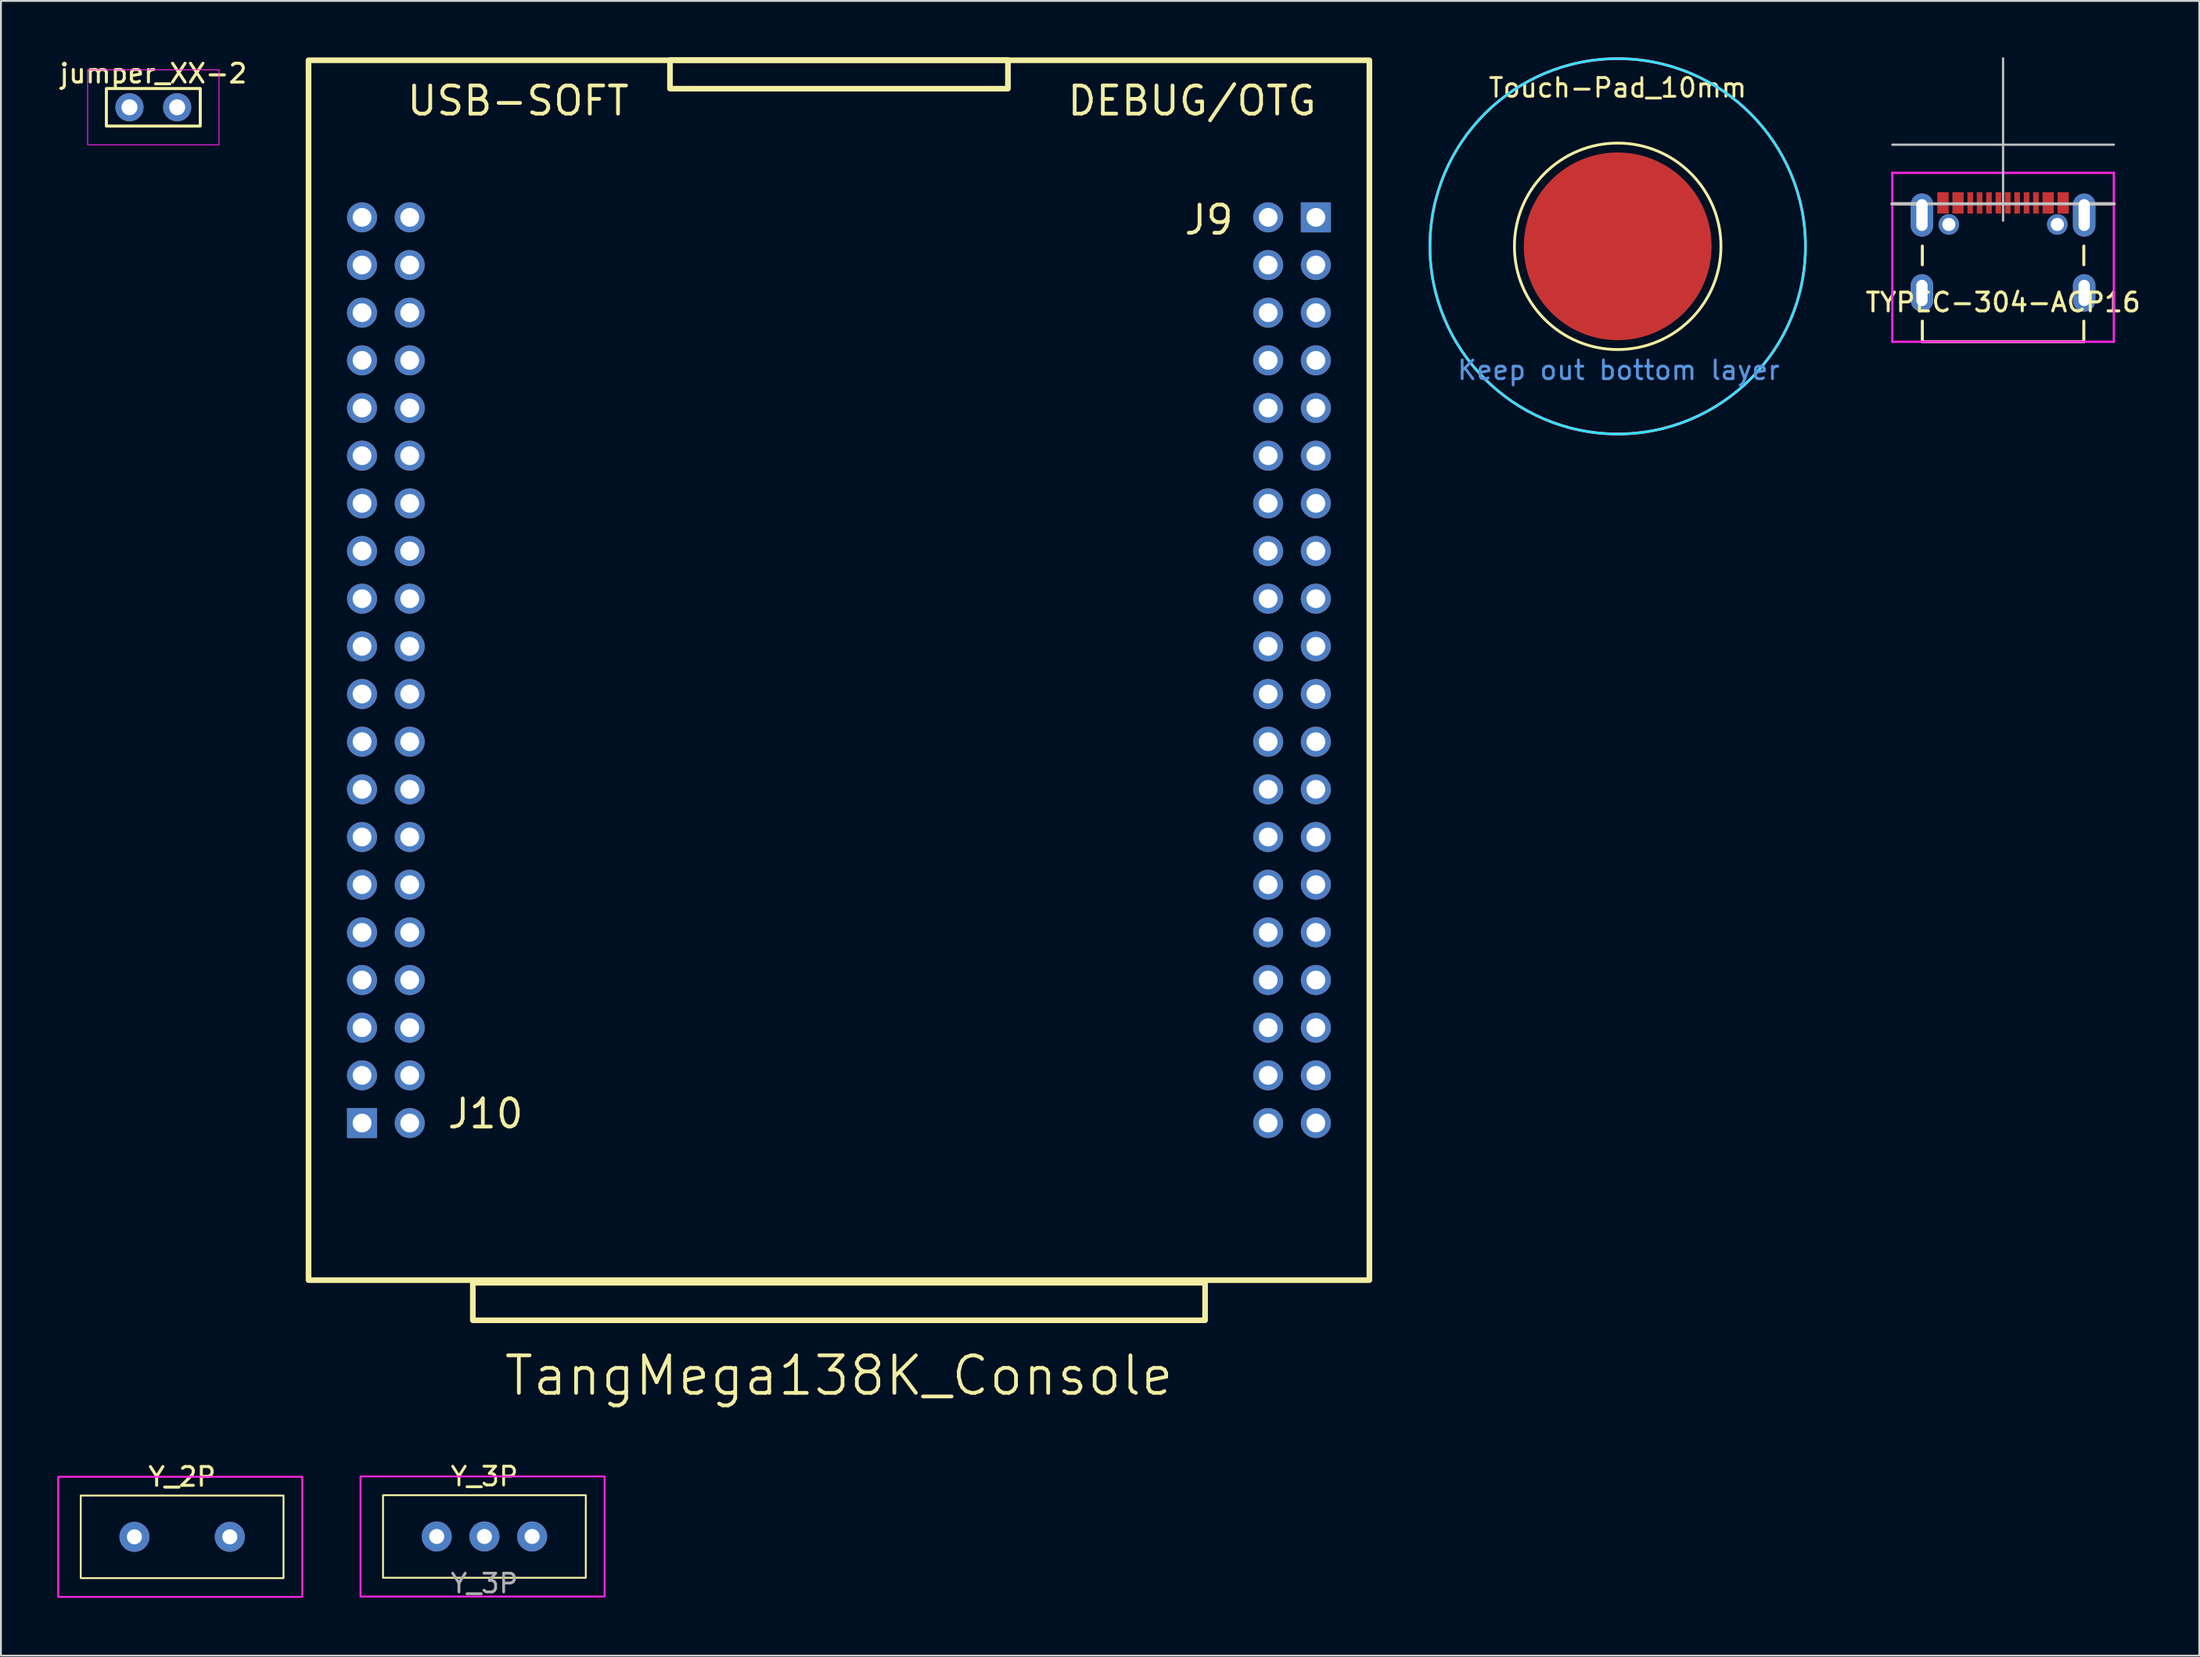
<source format=kicad_pcb>
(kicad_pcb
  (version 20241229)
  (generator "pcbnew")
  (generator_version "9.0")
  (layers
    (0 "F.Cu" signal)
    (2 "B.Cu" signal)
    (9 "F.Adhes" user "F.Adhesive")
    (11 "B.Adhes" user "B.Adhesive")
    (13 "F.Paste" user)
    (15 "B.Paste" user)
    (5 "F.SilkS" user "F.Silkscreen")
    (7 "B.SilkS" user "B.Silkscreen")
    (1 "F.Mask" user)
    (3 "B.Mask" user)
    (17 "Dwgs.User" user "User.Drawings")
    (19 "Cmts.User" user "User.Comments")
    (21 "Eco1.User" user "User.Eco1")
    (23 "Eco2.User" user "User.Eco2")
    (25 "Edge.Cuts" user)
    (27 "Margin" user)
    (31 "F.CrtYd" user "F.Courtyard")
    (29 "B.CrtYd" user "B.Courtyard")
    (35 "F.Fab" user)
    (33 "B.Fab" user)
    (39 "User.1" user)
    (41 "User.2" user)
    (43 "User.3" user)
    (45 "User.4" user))
  (footprint "TangMega138K_Console"
    (layer "F.Cu")
    (at 41.632 32.662)
    (property "Reference" "TangMega138K_Console" (at 0 37.592 0) (layer "F.SilkS") (effects (font (size 2 2) (thickness 0.2))))
    (attr through_hole)
    (fp_rect (start -28.25 -32.5) (end 28.25 32.5) (stroke (width 0.3) (type solid)) (fill no) (layer "F.SilkS"))
    (fp_rect (start -19.5 32.639) (end 19.5 34.639) (stroke (width 0.3) (type solid)) (fill no) (layer "F.SilkS"))
    (fp_rect (start -9 -32.512) (end 9 -30.988) (stroke (width 0.3) (type solid)) (fill no) (layer "F.SilkS"))
    (fp_text user "DEBUG/OTG" (at 12.065 -29.464 0) (unlocked yes) (layer "F.SilkS") (effects (font (size 1.5 1.5) (thickness 0.2)) (justify left bottom)))
    (fp_text user "USB-SOFT" (at -23.114 -29.464 0) (unlocked yes) (layer "F.SilkS") (effects (font (size 1.5 1.5) (thickness 0.2)) (justify left bottom)))
    (fp_text user "J10" (at -20.955 24.511 0) (unlocked yes) (layer "F.SilkS") (effects (font (size 1.5 1.5) (thickness 0.2)) (justify left bottom)))
    (fp_text user "J9" (at 18.288 -23.114 0) (unlocked yes) (layer "F.SilkS") (effects (font (size 1.5 1.5) (thickness 0.2)) (justify left bottom)))
    (pad "J9_1" thru_hole rect (at 25.4 -24.13) (size 1.6 1.6) (drill 1) (layers "*.Cu" "*.Mask"))
    (pad "J9_2" thru_hole circle (at 22.86 -24.13) (size 1.6 1.6) (drill 1) (layers "*.Cu" "*.Mask"))
    (pad "J9_3" thru_hole circle (at 25.4 -21.59) (size 1.6 1.6) (drill 1) (layers "*.Cu" "*.Mask"))
    (pad "J9_4" thru_hole circle (at 22.86 -21.59) (size 1.6 1.6) (drill 1) (layers "*.Cu" "*.Mask"))
    (pad "J9_5" thru_hole circle (at 25.4 -19.05) (size 1.6 1.6) (drill 1) (layers "*.Cu" "*.Mask"))
    (pad "J9_6" thru_hole circle (at 22.86 -19.05) (size 1.6 1.6) (drill 1) (layers "*.Cu" "*.Mask"))
    (pad "J9_7" thru_hole circle (at 25.4 -16.51) (size 1.6 1.6) (drill 1) (layers "*.Cu" "*.Mask"))
    (pad "J9_8" thru_hole circle (at 22.86 -16.51) (size 1.6 1.6) (drill 1) (layers "*.Cu" "*.Mask"))
    (pad "J9_9" thru_hole circle (at 25.4 -13.97) (size 1.6 1.6) (drill 1) (layers "*.Cu" "*.Mask"))
    (pad "J9_10" thru_hole circle (at 22.86 -13.97) (size 1.6 1.6) (drill 1) (layers "*.Cu" "*.Mask"))
    (pad "J9_11" thru_hole circle (at 25.4 -11.43) (size 1.6 1.6) (drill 1) (layers "*.Cu" "*.Mask"))
    (pad "J9_12" thru_hole circle (at 22.86 -11.43) (size 1.6 1.6) (drill 1) (layers "*.Cu" "*.Mask"))
    (pad "J9_13" thru_hole circle (at 25.4 -8.89) (size 1.6 1.6) (drill 1) (layers "*.Cu" "*.Mask"))
    (pad "J9_14" thru_hole circle (at 22.86 -8.89) (size 1.6 1.6) (drill 1) (layers "*.Cu" "*.Mask"))
    (pad "J9_15" thru_hole circle (at 25.4 -6.35) (size 1.6 1.6) (drill 1) (layers "*.Cu" "*.Mask"))
    (pad "J9_16" thru_hole circle (at 22.86 -6.35) (size 1.6 1.6) (drill 1) (layers "*.Cu" "*.Mask"))
    (pad "J9_17" thru_hole circle (at 25.4 -3.81) (size 1.6 1.6) (drill 1) (layers "*.Cu" "*.Mask"))
    (pad "J9_18" thru_hole circle (at 22.86 -3.81) (size 1.6 1.6) (drill 1) (layers "*.Cu" "*.Mask"))
    (pad "J9_19" thru_hole circle (at 25.4 -1.27) (size 1.6 1.6) (drill 1) (layers "*.Cu" "*.Mask"))
    (pad "J9_20" thru_hole circle (at 22.86 -1.27) (size 1.6 1.6) (drill 1) (layers "*.Cu" "*.Mask"))
    (pad "J9_21" thru_hole circle (at 25.4 1.27) (size 1.6 1.6) (drill 1) (layers "*.Cu" "*.Mask"))
    (pad "J9_22" thru_hole circle (at 22.86 1.27) (size 1.6 1.6) (drill 1) (layers "*.Cu" "*.Mask"))
    (pad "J9_23" thru_hole circle (at 25.4 3.81) (size 1.6 1.6) (drill 1) (layers "*.Cu" "*.Mask"))
    (pad "J9_24" thru_hole circle (at 22.86 3.81) (size 1.6 1.6) (drill 1) (layers "*.Cu" "*.Mask"))
    (pad "J9_25" thru_hole circle (at 25.4 6.35) (size 1.6 1.6) (drill 1) (layers "*.Cu" "*.Mask"))
    (pad "J9_26" thru_hole circle (at 22.86 6.35) (size 1.6 1.6) (drill 1) (layers "*.Cu" "*.Mask"))
    (pad "J9_27" thru_hole circle (at 25.4 8.89) (size 1.6 1.6) (drill 1) (layers "*.Cu" "*.Mask"))
    (pad "J9_28" thru_hole circle (at 22.86 8.89) (size 1.6 1.6) (drill 1) (layers "*.Cu" "*.Mask"))
    (pad "J9_29" thru_hole circle (at 25.4 11.43) (size 1.6 1.6) (drill 1) (layers "*.Cu" "*.Mask"))
    (pad "J9_30" thru_hole circle (at 22.86 11.43) (size 1.6 1.6) (drill 1) (layers "*.Cu" "*.Mask"))
    (pad "J9_31" thru_hole circle (at 25.4 13.97) (size 1.6 1.6) (drill 1) (layers "*.Cu" "*.Mask"))
    (pad "J9_32" thru_hole circle (at 22.86 13.97) (size 1.6 1.6) (drill 1) (layers "*.Cu" "*.Mask"))
    (pad "J9_33" thru_hole circle (at 25.4 16.51) (size 1.6 1.6) (drill 1) (layers "*.Cu" "*.Mask"))
    (pad "J9_34" thru_hole circle (at 22.86 16.51) (size 1.6 1.6) (drill 1) (layers "*.Cu" "*.Mask"))
    (pad "J9_35" thru_hole circle (at 25.4 19.05) (size 1.6 1.6) (drill 1) (layers "*.Cu" "*.Mask"))
    (pad "J9_36" thru_hole circle (at 22.86 19.05) (size 1.6 1.6) (drill 1) (layers "*.Cu" "*.Mask"))
    (pad "J9_37" thru_hole circle (at 25.4 21.59) (size 1.6 1.6) (drill 1) (layers "*.Cu" "*.Mask"))
    (pad "J9_38" thru_hole circle (at 22.86 21.59) (size 1.6 1.6) (drill 1) (layers "*.Cu" "*.Mask"))
    (pad "J9_39" thru_hole circle (at 25.4 24.13) (size 1.6 1.6) (drill 1) (layers "*.Cu" "*.Mask"))
    (pad "J9_40" thru_hole circle (at 22.86 24.13) (size 1.6 1.6) (drill 1) (layers "*.Cu" "*.Mask"))
    (pad "J10_1" thru_hole rect (at -25.4 24.13 180) (size 1.6 1.6) (drill 1) (layers "*.Cu" "*.Mask"))
    (pad "J10_2" thru_hole circle (at -22.86 24.13 180) (size 1.6 1.6) (drill 1) (layers "*.Cu" "*.Mask"))
    (pad "J10_3" thru_hole circle (at -25.4 21.59 180) (size 1.6 1.6) (drill 1) (layers "*.Cu" "*.Mask"))
    (pad "J10_4" thru_hole circle (at -22.86 21.59 180) (size 1.6 1.6) (drill 1) (layers "*.Cu" "*.Mask"))
    (pad "J10_5" thru_hole circle (at -25.4 19.05 180) (size 1.6 1.6) (drill 1) (layers "*.Cu" "*.Mask"))
    (pad "J10_6" thru_hole circle (at -22.86 19.05 180) (size 1.6 1.6) (drill 1) (layers "*.Cu" "*.Mask"))
    (pad "J10_7" thru_hole circle (at -25.4 16.51 180) (size 1.6 1.6) (drill 1) (layers "*.Cu" "*.Mask"))
    (pad "J10_8" thru_hole circle (at -22.86 16.51 180) (size 1.6 1.6) (drill 1) (layers "*.Cu" "*.Mask"))
    (pad "J10_9" thru_hole circle (at -25.4 13.97 180) (size 1.6 1.6) (drill 1) (layers "*.Cu" "*.Mask"))
    (pad "J10_10" thru_hole circle (at -22.86 13.97 180) (size 1.6 1.6) (drill 1) (layers "*.Cu" "*.Mask"))
    (pad "J10_11" thru_hole circle (at -25.4 11.43 180) (size 1.6 1.6) (drill 1) (layers "*.Cu" "*.Mask"))
    (pad "J10_12" thru_hole circle (at -22.86 11.43 180) (size 1.6 1.6) (drill 1) (layers "*.Cu" "*.Mask"))
    (pad "J10_13" thru_hole circle (at -25.4 8.89 180) (size 1.6 1.6) (drill 1) (layers "*.Cu" "*.Mask"))
    (pad "J10_14" thru_hole circle (at -22.86 8.89 180) (size 1.6 1.6) (drill 1) (layers "*.Cu" "*.Mask"))
    (pad "J10_15" thru_hole circle (at -25.4 6.35 180) (size 1.6 1.6) (drill 1) (layers "*.Cu" "*.Mask"))
    (pad "J10_16" thru_hole circle (at -22.86 6.35 180) (size 1.6 1.6) (drill 1) (layers "*.Cu" "*.Mask"))
    (pad "J10_17" thru_hole circle (at -25.4 3.81 180) (size 1.6 1.6) (drill 1) (layers "*.Cu" "*.Mask"))
    (pad "J10_18" thru_hole circle (at -22.86 3.81 180) (size 1.6 1.6) (drill 1) (layers "*.Cu" "*.Mask"))
    (pad "J10_19" thru_hole circle (at -25.4 1.27 180) (size 1.6 1.6) (drill 1) (layers "*.Cu" "*.Mask"))
    (pad "J10_20" thru_hole circle (at -22.86 1.27 180) (size 1.6 1.6) (drill 1) (layers "*.Cu" "*.Mask"))
    (pad "J10_21" thru_hole circle (at -25.4 -1.27 180) (size 1.6 1.6) (drill 1) (layers "*.Cu" "*.Mask"))
    (pad "J10_22" thru_hole circle (at -22.86 -1.27 180) (size 1.6 1.6) (drill 1) (layers "*.Cu" "*.Mask"))
    (pad "J10_23" thru_hole circle (at -25.4 -3.81 180) (size 1.6 1.6) (drill 1) (layers "*.Cu" "*.Mask"))
    (pad "J10_24" thru_hole circle (at -22.86 -3.81 180) (size 1.6 1.6) (drill 1) (layers "*.Cu" "*.Mask"))
    (pad "J10_25" thru_hole circle (at -25.4 -6.35 180) (size 1.6 1.6) (drill 1) (layers "*.Cu" "*.Mask"))
    (pad "J10_26" thru_hole circle (at -22.86 -6.35 180) (size 1.6 1.6) (drill 1) (layers "*.Cu" "*.Mask"))
    (pad "J10_27" thru_hole circle (at -25.4 -8.89 180) (size 1.6 1.6) (drill 1) (layers "*.Cu" "*.Mask"))
    (pad "J10_28" thru_hole circle (at -22.86 -8.89 180) (size 1.6 1.6) (drill 1) (layers "*.Cu" "*.Mask"))
    (pad "J10_29" thru_hole circle (at -25.4 -11.43 180) (size 1.6 1.6) (drill 1) (layers "*.Cu" "*.Mask"))
    (pad "J10_30" thru_hole circle (at -22.86 -11.43 180) (size 1.6 1.6) (drill 1) (layers "*.Cu" "*.Mask"))
    (pad "J10_31" thru_hole circle (at -25.4 -13.97 180) (size 1.6 1.6) (drill 1) (layers "*.Cu" "*.Mask"))
    (pad "J10_32" thru_hole circle (at -22.86 -13.97 180) (size 1.6 1.6) (drill 1) (layers "*.Cu" "*.Mask"))
    (pad "J10_33" thru_hole circle (at -25.4 -16.51 180) (size 1.6 1.6) (drill 1) (layers "*.Cu" "*.Mask"))
    (pad "J10_34" thru_hole circle (at -22.86 -16.51 180) (size 1.6 1.6) (drill 1) (layers "*.Cu" "*.Mask"))
    (pad "J10_35" thru_hole circle (at -25.4 -19.05 180) (size 1.6 1.6) (drill 1) (layers "*.Cu" "*.Mask"))
    (pad "J10_36" thru_hole circle (at -22.86 -19.05 180) (size 1.6 1.6) (drill 1) (layers "*.Cu" "*.Mask"))
    (pad "J10_37" thru_hole circle (at -25.4 -21.59 180) (size 1.6 1.6) (drill 1) (layers "*.Cu" "*.Mask"))
    (pad "J10_38" thru_hole circle (at -22.86 -21.59 180) (size 1.6 1.6) (drill 1) (layers "*.Cu" "*.Mask"))
    (pad "J10_39" thru_hole circle (at -25.4 -24.13 180) (size 1.6 1.6) (drill 1) (layers "*.Cu" "*.Mask"))
    (pad "J10_40" thru_hole circle (at -22.86 -24.13 180) (size 1.6 1.6) (drill 1) (layers "*.Cu" "*.Mask")))
  (footprint "Y_3P"
    (layer "F.Cu")
    (at 22.75 78.823)
    (property "Reference" "Y_3P" (at 0 -3.2 0) (unlocked yes) (layer "F.SilkS") (effects (font (size 1 1) (thickness 0.15))))
    (attr through_hole)
    (fp_rect (start -5.4 -2.2) (end 5.4 2.2) (stroke (width 0.1) (type default)) (fill no) (layer "F.SilkS"))
    (fp_rect (start -6.6 -3.2) (end 6.4 3.2) (stroke (width 0.1) (type default)) (fill no) (layer "F.CrtYd"))
    (fp_text user "${REFERENCE}" (at 0 2.5 0) (unlocked yes) (layer "F.Fab") (effects (font (size 1 1) (thickness 0.15))))
    (pad "" np_thru_hole circle (at 0 0) (size 1.6 1.6) (drill 0.8) (layers "*.Cu" "*.Mask"))
    (pad "1" thru_hole circle (at -2.54 0) (size 1.6 1.6) (drill 0.8) (layers "*.Cu" "*.Mask"))
    (pad "2" thru_hole circle (at 2.54 0) (size 1.6 1.6) (drill 0.8) (layers "*.Cu" "*.Mask")))
  (footprint "TYPEC-304-ACP16"
    (layer "F.Cu")
    (at 103.632 12.56)
    (property "Reference" "TYPEC-304-ACP16" (at 0 0.5 0) (layer "F.SilkS") (effects (font (size 1 1) (thickness 0.16))))
    (attr smd)
    (fp_line (start -5.9 -4.75) (end -4.3 -4.75) (stroke (width 0.16) (type solid)) (layer "F.SilkS"))
    (fp_line (start -4.3 -2.5) (end -4.3 -1.5) (stroke (width 0.16) (type solid)) (layer "F.SilkS"))
    (fp_line (start -4.3 1.5) (end -4.3 2.6) (stroke (width 0.16) (type solid)) (layer "F.SilkS"))
    (fp_line (start -4.3 2.6) (end 4.3 2.6) (stroke (width 0.16) (type solid)) (layer "F.SilkS"))
    (fp_line (start 4.3 -1.5) (end 4.3 -2.5) (stroke (width 0.16) (type solid)) (layer "F.SilkS"))
    (fp_line (start 4.3 2.6) (end 4.3 1.5) (stroke (width 0.16) (type solid)) (layer "F.SilkS"))
    (fp_line (start 5.9 -4.75) (end 4.3 -4.75) (stroke (width 0.16) (type solid)) (layer "F.SilkS"))
    (fp_line (start -5.925 -4.75) (end 5.925 -4.75) (stroke (width 0.16) (type solid)) (layer "Dwgs.User"))
    (fp_line (start -5.9 -7.9) (end 5.9 -7.9) (stroke (width 0.12) (type solid)) (layer "Dwgs.User"))
    (fp_line (start 0 -3.85) (end 0 -12.5) (stroke (width 0.12) (type solid)) (layer "Dwgs.User"))
    (fp_line (start -5.9 -6.4) (end 5.9 -6.4) (stroke (width 0.12) (type solid)) (layer "F.CrtYd"))
    (fp_line (start -5.9 2.6) (end -5.9 -6.4) (stroke (width 0.12) (type solid)) (layer "F.CrtYd"))
    (fp_line (start -4.3 2.6) (end -5.9 2.6) (stroke (width 0.12) (type solid)) (layer "F.CrtYd"))
    (fp_line (start 5.9 -6.4) (end 5.9 2.6) (stroke (width 0.12) (type solid)) (layer "F.CrtYd"))
    (fp_line (start 5.9 2.6) (end -4.3 2.6) (stroke (width 0.12) (type solid)) (layer "F.CrtYd"))
    (pad "" np_thru_hole circle (at -2.89 -3.65) (size 1.1 1.1) (drill 0.7) (layers "*.Cu" "*.Mask"))
    (pad "" np_thru_hole circle (at 2.89 -3.65) (size 1.1 1.1) (drill 0.7) (layers "*.Cu" "*.Mask"))
    (pad "A5" smd rect (at -1.25 -4.8) (size 0.3 1.14) (layers "F.Cu" "F.Mask" "F.Paste"))
    (pad "A6" smd rect (at -0.25 -4.8) (size 0.3 1.14) (layers "F.Cu" "F.Mask" "F.Paste"))
    (pad "A7" smd rect (at 0.25 -4.8) (size 0.3 1.14) (layers "F.Cu" "F.Mask" "F.Paste"))
    (pad "A8" smd rect (at 1.25 -4.8) (size 0.3 1.14) (layers "F.Cu" "F.Mask" "F.Paste"))
    (pad "B5" smd rect (at 1.75 -4.8) (size 0.3 1.14) (layers "F.Cu" "F.Mask" "F.Paste"))
    (pad "B6" smd rect (at 0.75 -4.8) (size 0.3 1.14) (layers "F.Cu" "F.Mask" "F.Paste"))
    (pad "B7" smd rect (at -0.75 -4.8) (size 0.3 1.14) (layers "F.Cu" "F.Mask" "F.Paste"))
    (pad "B8" smd rect (at -1.75 -4.8) (size 0.3 1.14) (layers "F.Cu" "F.Mask" "F.Paste"))
    (pad "GND1" smd rect (at 3.2 -4.8) (size 0.6 1.14) (layers "F.Cu" "F.Mask" "F.Paste"))
    (pad "GND2" smd rect (at -3.2 -4.8) (size 0.6 1.14) (layers "F.Cu" "F.Mask" "F.Paste"))
    (pad "S1" thru_hole oval (at 4.32 0) (size 1.2 2) (drill oval 0.6 1.4) (layers "*.Cu" "*.Mask" "F.Paste"))
    (pad "S2" thru_hole oval (at 4.32 -4.15) (size 1.2 2.3) (drill oval 0.6 1.7) (layers "*.Cu" "*.Mask" "F.Paste"))
    (pad "S3" thru_hole oval (at -4.32 -4.15) (size 1.2 2.3) (drill oval 0.6 1.7) (layers "*.Cu" "*.Mask" "F.Paste"))
    (pad "S4" thru_hole oval (at -4.32 0) (size 1.2 2) (drill oval 0.6 1.4) (layers "*.Cu" "*.Mask" "F.Paste"))
    (pad "VBUS1" smd rect (at 2.4 -4.8) (size 0.6 1.14) (layers "F.Cu" "F.Mask" "F.Paste"))
    (pad "VBUS2" smd rect (at -2.4 -4.8) (size 0.6 1.14) (layers "F.Cu" "F.Mask" "F.Paste")))
  (footprint "Touch-Pad_10mm"
    (layer "F.Cu")
    (at 83.107 10.075)
    (property "Reference" "Touch-Pad_10mm" (at 0 -8.45 0) (layer "F.SilkS") (effects (font (size 1 1) (thickness 0.15))))
    (attr through_hole)
    (fp_circle (center 0 0) (end 5.5 0) (stroke (width 0.15) (type solid)) (fill no) (layer "F.SilkS"))
    (fp_circle (center 0 0) (end 10 0) (stroke (width 0.15) (type solid)) (fill no) (layer "B.SilkS"))
    (fp_circle (center 0 0) (end 10 0) (stroke (width 0.12) (type solid)) (fill no) (layer "B.CrtYd"))
    (fp_circle (center 0 0) (end 10 0) (stroke (width 0.12) (type solid)) (fill no) (layer "F.CrtYd"))
    (fp_text user "Keep out bottom layer" (at 0.05 6.6 0) (layer "Cmts.User") (effects (font (size 1 1) (thickness 0.15))))
    (pad "1" smd circle (at 0 0) (size 10 10) (layers "F.Cu")))
  (footprint "Y_2P"
    (layer "F.Cu")
    (at 6.65 78.841)
    (property "Reference" "Y_2P" (at 0 -3.2 0) (unlocked yes) (layer "F.SilkS") (effects (font (size 1 1) (thickness 0.16))))
    (attr through_hole)
    (fp_rect (start -5.4 -2.2) (end 5.4 2.2) (stroke (width 0.1) (type default)) (fill no) (layer "F.SilkS"))
    (fp_rect (start -6.6 -3.2) (end 6.4 3.2) (stroke (width 0.1) (type default)) (fill no) (layer "F.CrtYd"))
    (pad "1" thru_hole circle (at -2.54 0) (size 1.6 1.6) (drill 0.8) (layers "*.Cu" "*.Mask"))
    (pad "2" thru_hole circle (at 2.54 0) (size 1.6 1.6) (drill 0.8) (layers "*.Cu" "*.Mask")))
  (footprint "jumper_XX-2"
    (layer "F.Cu")
    (at 5.116 2.666)
    (property "Reference" "jumper_XX-2" (at 0 -1.8 0) (unlocked yes) (layer "F.SilkS") (effects (font (size 1 1) (thickness 0.16))))
    (attr through_hole)
    (fp_rect (start -2.5 -1) (end 2.5 1) (stroke (width 0.16) (type default)) (fill no) (layer "F.SilkS"))
    (fp_rect (start -3.5 -2) (end 3.5 2) (stroke (width 0.05) (type default)) (fill no) (layer "F.CrtYd"))
    (pad "1" thru_hole circle (at -1.27 0) (size 1.5 1.5) (drill 0.85) (layers "*.Cu" "*.Mask"))
    (pad "2" thru_hole circle (at 1.27 0) (size 1.5 1.5) (drill 0.85) (layers "*.Cu" "*.Mask")))
  (gr_rect
    (start -3 -3)
    (end 114.081 85.171)
    (stroke (width 0.1) (type default))
    (fill no)
    (layer "Edge.Cuts")))
</source>
